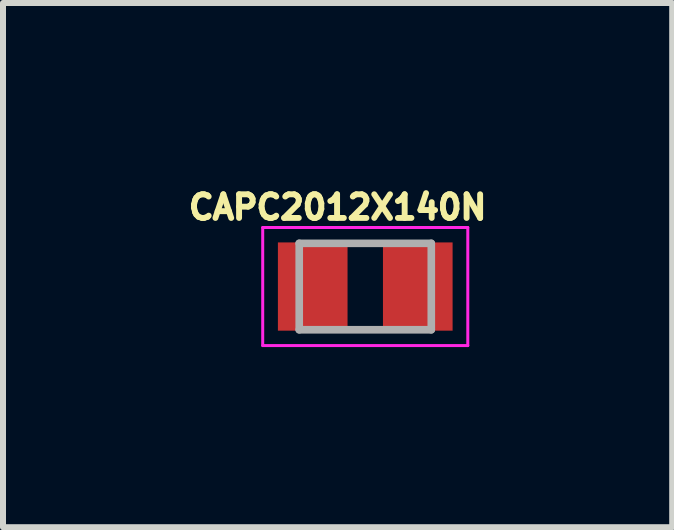
<source format=kicad_pcb>
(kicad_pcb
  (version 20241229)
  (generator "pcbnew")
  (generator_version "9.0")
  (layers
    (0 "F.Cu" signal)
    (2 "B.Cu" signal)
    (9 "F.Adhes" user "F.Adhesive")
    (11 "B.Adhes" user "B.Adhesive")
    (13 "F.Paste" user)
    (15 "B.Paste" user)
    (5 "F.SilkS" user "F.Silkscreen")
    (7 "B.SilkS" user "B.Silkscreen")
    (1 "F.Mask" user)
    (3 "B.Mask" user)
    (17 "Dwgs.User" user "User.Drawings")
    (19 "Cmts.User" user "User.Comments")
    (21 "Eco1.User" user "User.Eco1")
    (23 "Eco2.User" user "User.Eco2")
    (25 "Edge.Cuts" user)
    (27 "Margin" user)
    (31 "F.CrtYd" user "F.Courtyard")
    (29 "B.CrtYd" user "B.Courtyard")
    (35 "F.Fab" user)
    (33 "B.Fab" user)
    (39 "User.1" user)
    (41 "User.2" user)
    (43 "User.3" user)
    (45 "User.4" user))
  (footprint "CAPC2012X140N"
    (layer "F.Cu")
    (at 3.034 1.723)
    (property "Reference" "CAPC2012X140N" (at -0.46 -1.32 0) (layer "F.SilkS") (effects (font (size 0.394 0.394) (thickness 0.15))))
    (attr smd)
    (fp_line (start -1.708 -0.983) (end 1.708 -0.983) (stroke (width 0.05) (type solid)) (layer "F.CrtYd"))
    (fp_line (start -1.708 0.983) (end -1.708 -0.983) (stroke (width 0.05) (type solid)) (layer "F.CrtYd"))
    (fp_line (start -1.708 0.983) (end 1.708 0.983) (stroke (width 0.05) (type solid)) (layer "F.CrtYd"))
    (fp_line (start 1.708 0.983) (end 1.708 -0.983) (stroke (width 0.05) (type solid)) (layer "F.CrtYd"))
    (fp_line (start -1.1 0.72) (end -1.1 -0.72) (stroke (width 0.127) (type solid)) (layer "F.Fab"))
    (fp_line (start 1.1 -0.72) (end -1.1 -0.72) (stroke (width 0.127) (type solid)) (layer "F.Fab"))
    (fp_line (start 1.1 0.72) (end -1.1 0.72) (stroke (width 0.127) (type solid)) (layer "F.Fab"))
    (fp_line (start 1.1 0.72) (end 1.1 -0.72) (stroke (width 0.127) (type solid)) (layer "F.Fab"))
    (pad "1" smd rect (at -0.875 0) (size 1.16 1.47) (layers "F.Cu" "F.Mask" "F.Paste"))
    (pad "2" smd rect (at 0.875 0) (size 1.16 1.47) (layers "F.Cu" "F.Mask" "F.Paste")))
  (gr_rect
    (start -3 -3)
    (end 8.147 5.731)
    (stroke (width 0.1) (type default))
    (fill no)
    (layer "Edge.Cuts")))
</source>
